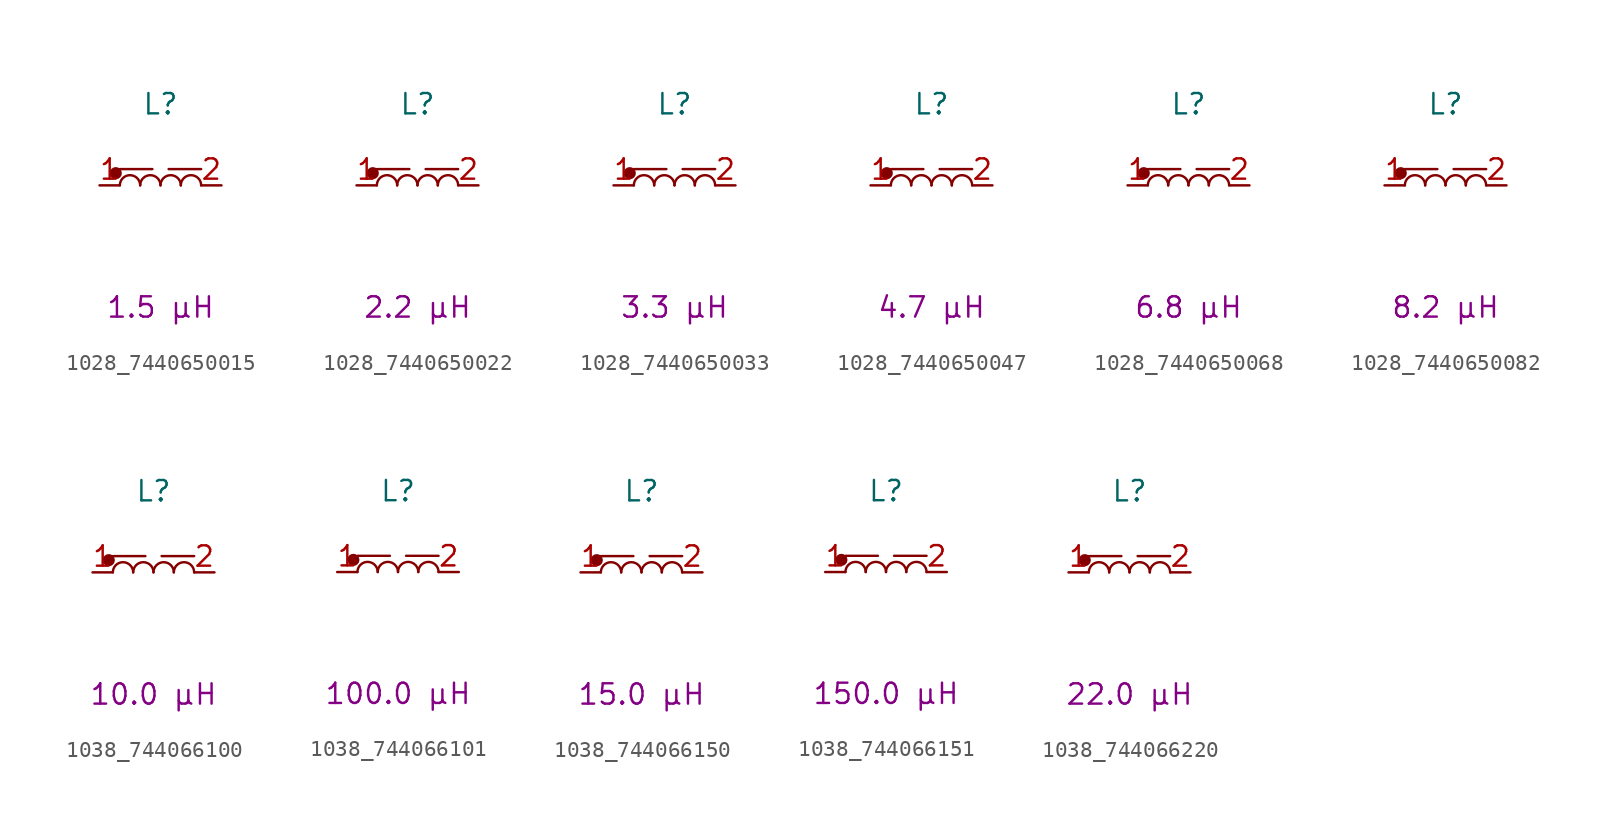
<source format=kicad_sym>
(kicad_symbol_lib
  (version 20220914)
  (generator kicad_symbol_editor)
  (symbol "1028_7440650015"
    (pin_names hide)
    (property "Reference" "L"
      (at 0 5.08 0)
      (effects (font (size 1.27 1.27))))
    (property "Critical Parameter" "1.5 µH"
      (at 0 -7.62 0)
      (effects (font (size 1.27 1.27))))
    (symbol "1028_7440650015_0_1"
      (arc (start -1.27 0) (mid -1.905 0.6323) (end -2.54 0) (stroke (width 0) (type default)) (fill (type none)))
      (arc (start 0 0) (mid -0.635 0.6323) (end -1.27 0) (stroke (width 0) (type default)) (fill (type none)))
      (polyline (pts (xy -2.54 1.016) (xy -0.508 1.016)) (stroke (width 0) (type default)) (fill (type none)))
      (arc (start 1.27 0) (mid 0.635 0.6323) (end 0 0) (stroke (width 0) (type default)) (fill (type none)))
      (arc (start 2.54 0) (mid 1.905 0.6323) (end 1.27 0) (stroke (width 0) (type default)) (fill (type none))))
    (symbol "1028_7440650015_1_1"
      (circle (center -2.794 0.762) (radius 0.0001) (stroke (width 0.381) (type default)) (fill (type none)))
      (polyline (pts (xy 2.54 1.016) (xy 0.508 1.016)) (stroke (width 0) (type default)) (fill (type none)))
      (pin passive line (at -3.81 0 0) (length 1.27) (name "1" (effects (font (size 1.27 1.27)))) (number "1" (effects (font (size 1.27 1.27)))))
      (pin passive line (at 3.81 0 180) (length 1.27) (name "2" (effects (font (size 1.27 1.27)))) (number "2" (effects (font (size 1.27 1.27)))))))
  (symbol "1028_7440650022"
    (pin_names hide)
    (property "Reference" "L"
      (at 0 5.08 0)
      (effects (font (size 1.27 1.27))))
    (property "Critical Parameter" "2.2 µH"
      (at 0 -7.62 0)
      (effects (font (size 1.27 1.27))))
    (symbol "1028_7440650022_0_1"
      (arc (start -1.27 0) (mid -1.905 0.6323) (end -2.54 0) (stroke (width 0) (type default)) (fill (type none)))
      (arc (start 0 0) (mid -0.635 0.6323) (end -1.27 0) (stroke (width 0) (type default)) (fill (type none)))
      (polyline (pts (xy -2.54 1.016) (xy -0.508 1.016)) (stroke (width 0) (type default)) (fill (type none)))
      (arc (start 1.27 0) (mid 0.635 0.6323) (end 0 0) (stroke (width 0) (type default)) (fill (type none)))
      (arc (start 2.54 0) (mid 1.905 0.6323) (end 1.27 0) (stroke (width 0) (type default)) (fill (type none))))
    (symbol "1028_7440650022_1_1"
      (circle (center -2.794 0.762) (radius 0.0001) (stroke (width 0.381) (type default)) (fill (type none)))
      (polyline (pts (xy 2.54 1.016) (xy 0.508 1.016)) (stroke (width 0) (type default)) (fill (type none)))
      (pin passive line (at -3.81 0 0) (length 1.27) (name "1" (effects (font (size 1.27 1.27)))) (number "1" (effects (font (size 1.27 1.27)))))
      (pin passive line (at 3.81 0 180) (length 1.27) (name "2" (effects (font (size 1.27 1.27)))) (number "2" (effects (font (size 1.27 1.27)))))))
  (symbol "1028_7440650033"
    (pin_names hide)
    (property "Reference" "L"
      (at 0 5.08 0)
      (effects (font (size 1.27 1.27))))
    (property "Critical Parameter" "3.3 µH"
      (at 0 -7.62 0)
      (effects (font (size 1.27 1.27))))
    (symbol "1028_7440650033_0_1"
      (arc (start -1.27 0) (mid -1.905 0.6323) (end -2.54 0) (stroke (width 0) (type default)) (fill (type none)))
      (arc (start 0 0) (mid -0.635 0.6323) (end -1.27 0) (stroke (width 0) (type default)) (fill (type none)))
      (polyline (pts (xy -2.54 1.016) (xy -0.508 1.016)) (stroke (width 0) (type default)) (fill (type none)))
      (arc (start 1.27 0) (mid 0.635 0.6323) (end 0 0) (stroke (width 0) (type default)) (fill (type none)))
      (arc (start 2.54 0) (mid 1.905 0.6323) (end 1.27 0) (stroke (width 0) (type default)) (fill (type none))))
    (symbol "1028_7440650033_1_1"
      (circle (center -2.794 0.762) (radius 0.0001) (stroke (width 0.381) (type default)) (fill (type none)))
      (polyline (pts (xy 2.54 1.016) (xy 0.508 1.016)) (stroke (width 0) (type default)) (fill (type none)))
      (pin passive line (at -3.81 0 0) (length 1.27) (name "1" (effects (font (size 1.27 1.27)))) (number "1" (effects (font (size 1.27 1.27)))))
      (pin passive line (at 3.81 0 180) (length 1.27) (name "2" (effects (font (size 1.27 1.27)))) (number "2" (effects (font (size 1.27 1.27)))))))
  (symbol "1028_7440650047"
    (pin_names hide)
    (property "Reference" "L"
      (at 0 5.08 0)
      (effects (font (size 1.27 1.27))))
    (property "Critical Parameter" "4.7 µH"
      (at 0 -7.62 0)
      (effects (font (size 1.27 1.27))))
    (symbol "1028_7440650047_0_1"
      (arc (start -1.27 0) (mid -1.905 0.6323) (end -2.54 0) (stroke (width 0) (type default)) (fill (type none)))
      (arc (start 0 0) (mid -0.635 0.6323) (end -1.27 0) (stroke (width 0) (type default)) (fill (type none)))
      (polyline (pts (xy -2.54 1.016) (xy -0.508 1.016)) (stroke (width 0) (type default)) (fill (type none)))
      (arc (start 1.27 0) (mid 0.635 0.6323) (end 0 0) (stroke (width 0) (type default)) (fill (type none)))
      (arc (start 2.54 0) (mid 1.905 0.6323) (end 1.27 0) (stroke (width 0) (type default)) (fill (type none))))
    (symbol "1028_7440650047_1_1"
      (circle (center -2.794 0.762) (radius 0.0001) (stroke (width 0.381) (type default)) (fill (type none)))
      (polyline (pts (xy 2.54 1.016) (xy 0.508 1.016)) (stroke (width 0) (type default)) (fill (type none)))
      (pin passive line (at -3.81 0 0) (length 1.27) (name "1" (effects (font (size 1.27 1.27)))) (number "1" (effects (font (size 1.27 1.27)))))
      (pin passive line (at 3.81 0 180) (length 1.27) (name "2" (effects (font (size 1.27 1.27)))) (number "2" (effects (font (size 1.27 1.27)))))))
  (symbol "1028_7440650068"
    (pin_names hide)
    (property "Reference" "L"
      (at 0 5.08 0)
      (effects (font (size 1.27 1.27))))
    (property "Critical Parameter" "6.8 µH"
      (at 0 -7.62 0)
      (effects (font (size 1.27 1.27))))
    (symbol "1028_7440650068_0_1"
      (arc (start -1.27 0) (mid -1.905 0.6323) (end -2.54 0) (stroke (width 0) (type default)) (fill (type none)))
      (arc (start 0 0) (mid -0.635 0.6323) (end -1.27 0) (stroke (width 0) (type default)) (fill (type none)))
      (polyline (pts (xy -2.54 1.016) (xy -0.508 1.016)) (stroke (width 0) (type default)) (fill (type none)))
      (arc (start 1.27 0) (mid 0.635 0.6323) (end 0 0) (stroke (width 0) (type default)) (fill (type none)))
      (arc (start 2.54 0) (mid 1.905 0.6323) (end 1.27 0) (stroke (width 0) (type default)) (fill (type none))))
    (symbol "1028_7440650068_1_1"
      (circle (center -2.794 0.762) (radius 0.0001) (stroke (width 0.381) (type default)) (fill (type none)))
      (polyline (pts (xy 2.54 1.016) (xy 0.508 1.016)) (stroke (width 0) (type default)) (fill (type none)))
      (pin passive line (at -3.81 0 0) (length 1.27) (name "1" (effects (font (size 1.27 1.27)))) (number "1" (effects (font (size 1.27 1.27)))))
      (pin passive line (at 3.81 0 180) (length 1.27) (name "2" (effects (font (size 1.27 1.27)))) (number "2" (effects (font (size 1.27 1.27)))))))
  (symbol "1028_7440650082"
    (pin_names hide)
    (property "Reference" "L"
      (at 0 5.08 0)
      (effects (font (size 1.27 1.27))))
    (property "Critical Parameter" "8.2 µH"
      (at 0 -7.62 0)
      (effects (font (size 1.27 1.27))))
    (symbol "1028_7440650082_0_1"
      (arc (start -1.27 0) (mid -1.905 0.6323) (end -2.54 0) (stroke (width 0) (type default)) (fill (type none)))
      (arc (start 0 0) (mid -0.635 0.6323) (end -1.27 0) (stroke (width 0) (type default)) (fill (type none)))
      (polyline (pts (xy -2.54 1.016) (xy -0.508 1.016)) (stroke (width 0) (type default)) (fill (type none)))
      (arc (start 1.27 0) (mid 0.635 0.6323) (end 0 0) (stroke (width 0) (type default)) (fill (type none)))
      (arc (start 2.54 0) (mid 1.905 0.6323) (end 1.27 0) (stroke (width 0) (type default)) (fill (type none))))
    (symbol "1028_7440650082_1_1"
      (circle (center -2.794 0.762) (radius 0.0001) (stroke (width 0.381) (type default)) (fill (type none)))
      (polyline (pts (xy 2.54 1.016) (xy 0.508 1.016)) (stroke (width 0) (type default)) (fill (type none)))
      (pin passive line (at -3.81 0 0) (length 1.27) (name "1" (effects (font (size 1.27 1.27)))) (number "1" (effects (font (size 1.27 1.27)))))
      (pin passive line (at 3.81 0 180) (length 1.27) (name "2" (effects (font (size 1.27 1.27)))) (number "2" (effects (font (size 1.27 1.27)))))))
  (symbol "1038_744066100"
    (pin_names hide)
    (property "Reference" "L"
      (at 0 5.08 0)
      (effects (font (size 1.27 1.27))))
    (property "Critical Parameter" "10.0 µH"
      (at 0 -7.62 0)
      (effects (font (size 1.27 1.27))))
    (symbol "1038_744066100_0_1"
      (arc (start -1.27 0) (mid -1.905 0.6323) (end -2.54 0) (stroke (width 0) (type default)) (fill (type none)))
      (arc (start 0 0) (mid -0.635 0.6323) (end -1.27 0) (stroke (width 0) (type default)) (fill (type none)))
      (polyline (pts (xy -2.54 1.016) (xy -0.508 1.016)) (stroke (width 0) (type default)) (fill (type none)))
      (arc (start 1.27 0) (mid 0.635 0.6323) (end 0 0) (stroke (width 0) (type default)) (fill (type none)))
      (arc (start 2.54 0) (mid 1.905 0.6323) (end 1.27 0) (stroke (width 0) (type default)) (fill (type none))))
    (symbol "1038_744066100_1_1"
      (circle (center -2.794 0.762) (radius 0.0001) (stroke (width 0.381) (type default)) (fill (type none)))
      (polyline (pts (xy 2.54 1.016) (xy 0.508 1.016)) (stroke (width 0) (type default)) (fill (type none)))
      (pin passive line (at -3.81 0 0) (length 1.27) (name "1" (effects (font (size 1.27 1.27)))) (number "1" (effects (font (size 1.27 1.27)))))
      (pin passive line (at 3.81 0 180) (length 1.27) (name "2" (effects (font (size 1.27 1.27)))) (number "2" (effects (font (size 1.27 1.27)))))))
  (symbol "1038_744066101"
    (pin_names hide)
    (property "Reference" "L"
      (at 0 5.08 0)
      (effects (font (size 1.27 1.27))))
    (property "Critical Parameter" "100.0 µH"
      (at 0 -7.62 0)
      (effects (font (size 1.27 1.27))))
    (symbol "1038_744066101_0_1"
      (arc (start -1.27 0) (mid -1.905 0.6323) (end -2.54 0) (stroke (width 0) (type default)) (fill (type none)))
      (arc (start 0 0) (mid -0.635 0.6323) (end -1.27 0) (stroke (width 0) (type default)) (fill (type none)))
      (polyline (pts (xy -2.54 1.016) (xy -0.508 1.016)) (stroke (width 0) (type default)) (fill (type none)))
      (arc (start 1.27 0) (mid 0.635 0.6323) (end 0 0) (stroke (width 0) (type default)) (fill (type none)))
      (arc (start 2.54 0) (mid 1.905 0.6323) (end 1.27 0) (stroke (width 0) (type default)) (fill (type none))))
    (symbol "1038_744066101_1_1"
      (circle (center -2.794 0.762) (radius 0.0001) (stroke (width 0.381) (type default)) (fill (type none)))
      (polyline (pts (xy 2.54 1.016) (xy 0.508 1.016)) (stroke (width 0) (type default)) (fill (type none)))
      (pin passive line (at -3.81 0 0) (length 1.27) (name "1" (effects (font (size 1.27 1.27)))) (number "1" (effects (font (size 1.27 1.27)))))
      (pin passive line (at 3.81 0 180) (length 1.27) (name "2" (effects (font (size 1.27 1.27)))) (number "2" (effects (font (size 1.27 1.27)))))))
  (symbol "1038_744066150"
    (pin_names hide)
    (property "Reference" "L"
      (at 0 5.08 0)
      (effects (font (size 1.27 1.27))))
    (property "Critical Parameter" "15.0 µH"
      (at 0 -7.62 0)
      (effects (font (size 1.27 1.27))))
    (symbol "1038_744066150_0_1"
      (arc (start -1.27 0) (mid -1.905 0.6323) (end -2.54 0) (stroke (width 0) (type default)) (fill (type none)))
      (arc (start 0 0) (mid -0.635 0.6323) (end -1.27 0) (stroke (width 0) (type default)) (fill (type none)))
      (polyline (pts (xy -2.54 1.016) (xy -0.508 1.016)) (stroke (width 0) (type default)) (fill (type none)))
      (arc (start 1.27 0) (mid 0.635 0.6323) (end 0 0) (stroke (width 0) (type default)) (fill (type none)))
      (arc (start 2.54 0) (mid 1.905 0.6323) (end 1.27 0) (stroke (width 0) (type default)) (fill (type none))))
    (symbol "1038_744066150_1_1"
      (circle (center -2.794 0.762) (radius 0.0001) (stroke (width 0.381) (type default)) (fill (type none)))
      (polyline (pts (xy 2.54 1.016) (xy 0.508 1.016)) (stroke (width 0) (type default)) (fill (type none)))
      (pin passive line (at -3.81 0 0) (length 1.27) (name "1" (effects (font (size 1.27 1.27)))) (number "1" (effects (font (size 1.27 1.27)))))
      (pin passive line (at 3.81 0 180) (length 1.27) (name "2" (effects (font (size 1.27 1.27)))) (number "2" (effects (font (size 1.27 1.27)))))))
  (symbol "1038_744066151"
    (pin_names hide)
    (property "Reference" "L"
      (at 0 5.08 0)
      (effects (font (size 1.27 1.27))))
    (property "Critical Parameter" "150.0 µH"
      (at 0 -7.62 0)
      (effects (font (size 1.27 1.27))))
    (symbol "1038_744066151_0_1"
      (arc (start -1.27 0) (mid -1.905 0.6323) (end -2.54 0) (stroke (width 0) (type default)) (fill (type none)))
      (arc (start 0 0) (mid -0.635 0.6323) (end -1.27 0) (stroke (width 0) (type default)) (fill (type none)))
      (polyline (pts (xy -2.54 1.016) (xy -0.508 1.016)) (stroke (width 0) (type default)) (fill (type none)))
      (arc (start 1.27 0) (mid 0.635 0.6323) (end 0 0) (stroke (width 0) (type default)) (fill (type none)))
      (arc (start 2.54 0) (mid 1.905 0.6323) (end 1.27 0) (stroke (width 0) (type default)) (fill (type none))))
    (symbol "1038_744066151_1_1"
      (circle (center -2.794 0.762) (radius 0.0001) (stroke (width 0.381) (type default)) (fill (type none)))
      (polyline (pts (xy 2.54 1.016) (xy 0.508 1.016)) (stroke (width 0) (type default)) (fill (type none)))
      (pin passive line (at -3.81 0 0) (length 1.27) (name "1" (effects (font (size 1.27 1.27)))) (number "1" (effects (font (size 1.27 1.27)))))
      (pin passive line (at 3.81 0 180) (length 1.27) (name "2" (effects (font (size 1.27 1.27)))) (number "2" (effects (font (size 1.27 1.27)))))))
  (symbol "1038_744066220"
    (pin_names hide)
    (property "Reference" "L"
      (at 0 5.08 0)
      (effects (font (size 1.27 1.27))))
    (property "Critical Parameter" "22.0 µH"
      (at 0 -7.62 0)
      (effects (font (size 1.27 1.27))))
    (symbol "1038_744066220_0_1"
      (arc (start -1.27 0) (mid -1.905 0.6323) (end -2.54 0) (stroke (width 0) (type default)) (fill (type none)))
      (arc (start 0 0) (mid -0.635 0.6323) (end -1.27 0) (stroke (width 0) (type default)) (fill (type none)))
      (polyline (pts (xy -2.54 1.016) (xy -0.508 1.016)) (stroke (width 0) (type default)) (fill (type none)))
      (arc (start 1.27 0) (mid 0.635 0.6323) (end 0 0) (stroke (width 0) (type default)) (fill (type none)))
      (arc (start 2.54 0) (mid 1.905 0.6323) (end 1.27 0) (stroke (width 0) (type default)) (fill (type none))))
    (symbol "1038_744066220_1_1"
      (circle (center -2.794 0.762) (radius 0.0001) (stroke (width 0.381) (type default)) (fill (type none)))
      (polyline (pts (xy 2.54 1.016) (xy 0.508 1.016)) (stroke (width 0) (type default)) (fill (type none)))
      (pin passive line (at -3.81 0 0) (length 1.27) (name "1" (effects (font (size 1.27 1.27)))) (number "1" (effects (font (size 1.27 1.27)))))
      (pin passive line (at 3.81 0 180) (length 1.27) (name "2" (effects (font (size 1.27 1.27)))) (number "2" (effects (font (size 1.27 1.27))))))))
</source>
